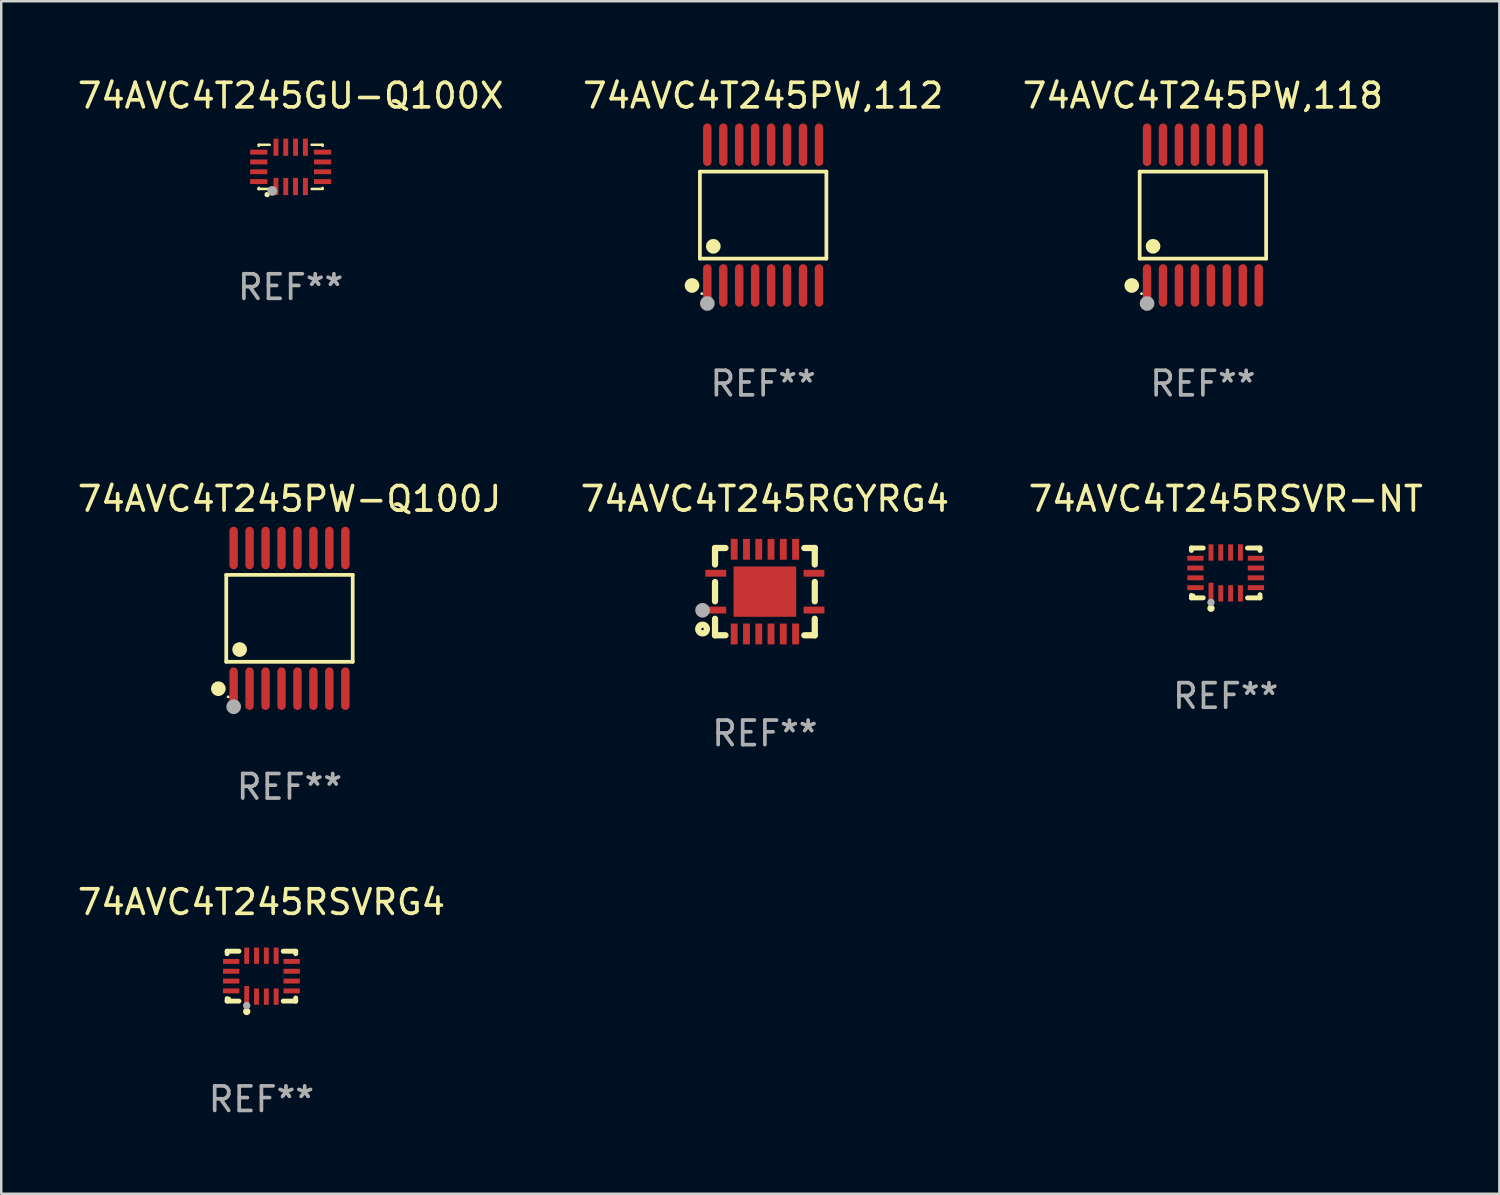
<source format=kicad_pcb>
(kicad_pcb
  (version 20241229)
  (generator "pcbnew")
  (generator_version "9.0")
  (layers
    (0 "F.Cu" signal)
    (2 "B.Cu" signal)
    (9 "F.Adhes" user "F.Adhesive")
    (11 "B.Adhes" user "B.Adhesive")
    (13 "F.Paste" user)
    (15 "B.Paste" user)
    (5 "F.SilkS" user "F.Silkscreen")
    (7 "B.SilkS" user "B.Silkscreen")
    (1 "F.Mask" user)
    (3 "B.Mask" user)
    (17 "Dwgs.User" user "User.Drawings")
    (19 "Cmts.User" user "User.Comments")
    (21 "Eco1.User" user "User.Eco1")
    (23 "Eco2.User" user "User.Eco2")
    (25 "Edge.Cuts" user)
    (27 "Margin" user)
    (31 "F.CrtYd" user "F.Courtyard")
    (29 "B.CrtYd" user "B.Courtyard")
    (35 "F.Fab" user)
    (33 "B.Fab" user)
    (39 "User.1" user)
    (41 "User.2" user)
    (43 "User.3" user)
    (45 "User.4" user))
  (footprint "74AVC4T245PW,112"
    (layer "F.Cu")
    (at 28.042 5.714)
    (property "Reference" "74AVC4T245PW,112" (at 0 -4.866 0) (layer "F.SilkS") (effects (font (size 1 1) (thickness 0.15))))
    (attr through_hole)
    (fp_line (start -2.576 -1.772) (end 2.576 -1.772) (stroke (width 0.152) (type solid)) (layer "F.SilkS"))
    (fp_line (start -2.576 1.771) (end -2.576 -1.772) (stroke (width 0.152) (type solid)) (layer "F.SilkS"))
    (fp_line (start 2.576 -1.772) (end 2.576 1.771) (stroke (width 0.152) (type solid)) (layer "F.SilkS"))
    (fp_line (start 2.576 1.771) (end -2.576 1.771) (stroke (width 0.152) (type solid)) (layer "F.SilkS"))
    (fp_circle (center -2.899 2.866) (end -2.749 2.866) (stroke (width 0.3) (type solid)) (fill no) (layer "F.SilkS"))
    (fp_circle (center -2.5 3.2) (end -2.47 3.2) (stroke (width 0.06) (type solid)) (fill no) (layer "F.SilkS"))
    (fp_circle (center -2.032 1.27) (end -1.882 1.27) (stroke (width 0.3) (type solid)) (fill no) (layer "F.SilkS"))
    (fp_circle (center -2.275 3.6) (end -2.125 3.6) (stroke (width 0.3) (type solid)) (fill no) (layer "F.Fab"))
    (fp_text user "REF**" (at 0 6.866 0) (layer "F.Fab") (effects (font (size 1 1) (thickness 0.15))))
    (pad "1" smd oval (at -2.275 2.866) (size 0.343 1.731) (layers "F.Cu" "F.Mask" "F.Paste"))
    (pad "2" smd oval (at -1.625 2.866) (size 0.343 1.731) (layers "F.Cu" "F.Mask" "F.Paste"))
    (pad "3" smd oval (at -0.975 2.866) (size 0.343 1.731) (layers "F.Cu" "F.Mask" "F.Paste"))
    (pad "4" smd oval (at -0.325 2.866) (size 0.343 1.731) (layers "F.Cu" "F.Mask" "F.Paste"))
    (pad "5" smd oval (at 0.325 2.866) (size 0.343 1.731) (layers "F.Cu" "F.Mask" "F.Paste"))
    (pad "6" smd oval (at 0.975 2.866) (size 0.343 1.731) (layers "F.Cu" "F.Mask" "F.Paste"))
    (pad "7" smd oval (at 1.625 2.866) (size 0.343 1.731) (layers "F.Cu" "F.Mask" "F.Paste"))
    (pad "8" smd oval (at 2.275 2.866) (size 0.343 1.731) (layers "F.Cu" "F.Mask" "F.Paste"))
    (pad "9" smd oval (at 2.275 -2.866) (size 0.343 1.731) (layers "F.Cu" "F.Mask" "F.Paste"))
    (pad "10" smd oval (at 1.625 -2.866) (size 0.343 1.731) (layers "F.Cu" "F.Mask" "F.Paste"))
    (pad "11" smd oval (at 0.975 -2.866) (size 0.343 1.731) (layers "F.Cu" "F.Mask" "F.Paste"))
    (pad "12" smd oval (at 0.325 -2.866) (size 0.343 1.731) (layers "F.Cu" "F.Mask" "F.Paste"))
    (pad "13" smd oval (at -0.325 -2.866) (size 0.343 1.731) (layers "F.Cu" "F.Mask" "F.Paste"))
    (pad "14" smd oval (at -0.975 -2.866) (size 0.343 1.731) (layers "F.Cu" "F.Mask" "F.Paste"))
    (pad "15" smd oval (at -1.625 -2.866) (size 0.343 1.731) (layers "F.Cu" "F.Mask" "F.Paste"))
    (pad "16" smd oval (at -2.275 -2.866) (size 0.343 1.731) (layers "F.Cu" "F.Mask" "F.Paste")))
  (footprint "74AVC4T245RSVRG4"
    (layer "F.Cu")
    (at 7.601 36.72)
    (property "Reference" "74AVC4T245RSVRG4" (at 0 -3.016 0) (layer "F.SilkS") (effects (font (size 1 1) (thickness 0.15))))
    (attr through_hole)
    (fp_line (start -1.397 -1.016) (end -1.397 -0.916) (stroke (width 0.2) (type solid)) (layer "F.SilkS"))
    (fp_line (start -1.397 0.916) (end -1.397 1.016) (stroke (width 0.2) (type solid)) (layer "F.SilkS"))
    (fp_line (start -1.397 1.016) (end -0.916 1.016) (stroke (width 0.2) (type solid)) (layer "F.SilkS"))
    (fp_line (start -0.916 -1.016) (end -1.397 -1.016) (stroke (width 0.2) (type solid)) (layer "F.SilkS"))
    (fp_line (start 0.889 -1.016) (end 1.397 -1.016) (stroke (width 0.2) (type solid)) (layer "F.SilkS"))
    (fp_line (start 1.397 -1.016) (end 1.397 -0.916) (stroke (width 0.2) (type solid)) (layer "F.SilkS"))
    (fp_line (start 1.397 0.889) (end 1.397 1.016) (stroke (width 0.2) (type solid)) (layer "F.SilkS"))
    (fp_line (start 1.397 1.016) (end 0.889 1.016) (stroke (width 0.2) (type solid)) (layer "F.SilkS"))
    (fp_circle (center -1.3 0.9) (end -1.27 0.9) (stroke (width 0.06) (type solid)) (fill no) (layer "F.SilkS"))
    (fp_circle (center -0.6 1.44) (end -0.525 1.44) (stroke (width 0.15) (type solid)) (fill no) (layer "F.SilkS"))
    (fp_circle (center -0.6 1.2) (end -0.525 1.2) (stroke (width 0.15) (type solid)) (fill no) (layer "F.Fab"))
    (fp_text user "REF**" (at 0 5.016 0) (layer "F.Fab") (effects (font (size 1 1) (thickness 0.15))))
    (pad "1" smd rect (at -0.6 0.782) (size 0.2 0.765) (layers "F.Cu" "F.Mask" "F.Paste"))
    (pad "2" smd rect (at -0.2 0.833) (size 0.2 0.665) (layers "F.Cu" "F.Mask" "F.Paste"))
    (pad "3" smd rect (at 0.2 0.833) (size 0.2 0.665) (layers "F.Cu" "F.Mask" "F.Paste"))
    (pad "4" smd rect (at 0.6 0.833) (size 0.2 0.665) (layers "F.Cu" "F.Mask" "F.Paste"))
    (pad "5" smd rect (at 1.232 0.6) (size 0.665 0.2) (layers "F.Cu" "F.Mask" "F.Paste"))
    (pad "6" smd rect (at 1.232 0.2) (size 0.665 0.2) (layers "F.Cu" "F.Mask" "F.Paste"))
    (pad "7" smd rect (at 1.232 -0.2) (size 0.665 0.2) (layers "F.Cu" "F.Mask" "F.Paste"))
    (pad "8" smd rect (at 1.232 -0.6) (size 0.665 0.2) (layers "F.Cu" "F.Mask" "F.Paste"))
    (pad "9" smd rect (at 0.6 -0.833) (size 0.2 0.665) (layers "F.Cu" "F.Mask" "F.Paste"))
    (pad "10" smd rect (at 0.2 -0.833) (size 0.2 0.665) (layers "F.Cu" "F.Mask" "F.Paste"))
    (pad "11" smd rect (at -0.2 -0.833) (size 0.2 0.665) (layers "F.Cu" "F.Mask" "F.Paste"))
    (pad "12" smd rect (at -0.6 -0.833) (size 0.2 0.665) (layers "F.Cu" "F.Mask" "F.Paste"))
    (pad "13" smd rect (at -1.232 -0.6) (size 0.665 0.2) (layers "F.Cu" "F.Mask" "F.Paste"))
    (pad "14" smd rect (at -1.232 -0.2) (size 0.665 0.2) (layers "F.Cu" "F.Mask" "F.Paste"))
    (pad "15" smd rect (at -1.232 0.2) (size 0.665 0.2) (layers "F.Cu" "F.Mask" "F.Paste"))
    (pad "16" smd rect (at -1.232 0.6) (size 0.665 0.2) (layers "F.Cu" "F.Mask" "F.Paste")))
  (footprint "74AVC4T245RGYRG4"
    (layer "F.Cu")
    (at 28.113 21.054)
    (property "Reference" "74AVC4T245RGYRG4" (at 0 -3.778 0) (layer "F.SilkS") (effects (font (size 1 1) (thickness 0.15))))
    (attr through_hole)
    (fp_line (start -2.032 -1.778) (end -2.032 -1.106) (stroke (width 0.254) (type solid)) (layer "F.SilkS"))
    (fp_line (start -2.032 -0.394) (end -2.032 0.394) (stroke (width 0.254) (type solid)) (layer "F.SilkS"))
    (fp_line (start -2.032 1.106) (end -2.032 1.778) (stroke (width 0.254) (type solid)) (layer "F.SilkS"))
    (fp_line (start -2.032 1.778) (end -1.606 1.778) (stroke (width 0.254) (type solid)) (layer "F.SilkS"))
    (fp_line (start -1.606 -1.778) (end -2.032 -1.778) (stroke (width 0.254) (type solid)) (layer "F.SilkS"))
    (fp_line (start 1.606 1.778) (end 2.032 1.778) (stroke (width 0.254) (type solid)) (layer "F.SilkS"))
    (fp_line (start 2.032 -1.778) (end 1.606 -1.778) (stroke (width 0.254) (type solid)) (layer "F.SilkS"))
    (fp_line (start 2.032 -1.106) (end 2.032 -1.778) (stroke (width 0.254) (type solid)) (layer "F.SilkS"))
    (fp_line (start 2.032 0.394) (end 2.032 -0.394) (stroke (width 0.254) (type solid)) (layer "F.SilkS"))
    (fp_line (start 2.032 1.778) (end 2.032 1.106) (stroke (width 0.254) (type solid)) (layer "F.SilkS"))
    (fp_circle (center -2.54 1.524) (end -2.363 1.524) (stroke (width 0.254) (type solid)) (fill no) (layer "F.SilkS"))
    (fp_circle (center -2.002 1.752) (end -1.952 1.752) (stroke (width 0.1) (type solid)) (fill no) (layer "F.SilkS"))
    (fp_circle (center -2.54 0.759) (end -2.39 0.759) (stroke (width 0.3) (type solid)) (fill no) (layer "F.Fab"))
    (fp_text user "REF**" (at 0 5.778 0) (layer "F.Fab") (effects (font (size 1 1) (thickness 0.15))))
    (pad "1" smd rect (at -2 0.75 90) (size 0.28 0.85) (layers "F.Cu" "F.Mask" "F.Paste"))
    (pad "2" smd rect (at -1.25 1.725 180) (size 0.28 0.85) (layers "F.Cu" "F.Mask" "F.Paste"))
    (pad "3" smd rect (at -0.75 1.725 180) (size 0.28 0.85) (layers "F.Cu" "F.Mask" "F.Paste"))
    (pad "4" smd rect (at -0.25 1.725 180) (size 0.28 0.85) (layers "F.Cu" "F.Mask" "F.Paste"))
    (pad "5" smd rect (at 0.25 1.725 180) (size 0.28 0.85) (layers "F.Cu" "F.Mask" "F.Paste"))
    (pad "6" smd rect (at 0.75 1.725 180) (size 0.28 0.85) (layers "F.Cu" "F.Mask" "F.Paste"))
    (pad "7" smd rect (at 1.25 1.725 180) (size 0.28 0.85) (layers "F.Cu" "F.Mask" "F.Paste"))
    (pad "8" smd rect (at 2 0.75 270) (size 0.28 0.85) (layers "F.Cu" "F.Mask" "F.Paste"))
    (pad "9" smd rect (at 2 -0.75 270) (size 0.28 0.85) (layers "F.Cu" "F.Mask" "F.Paste"))
    (pad "10" smd rect (at 1.25 -1.725) (size 0.28 0.85) (layers "F.Cu" "F.Mask" "F.Paste"))
    (pad "11" smd rect (at 0.75 -1.725) (size 0.28 0.85) (layers "F.Cu" "F.Mask" "F.Paste"))
    (pad "12" smd rect (at 0.25 -1.725) (size 0.28 0.85) (layers "F.Cu" "F.Mask" "F.Paste"))
    (pad "13" smd rect (at -0.25 -1.725) (size 0.28 0.85) (layers "F.Cu" "F.Mask" "F.Paste"))
    (pad "14" smd rect (at -0.75 -1.725) (size 0.28 0.85) (layers "F.Cu" "F.Mask" "F.Paste"))
    (pad "15" smd rect (at -1.25 -1.725) (size 0.28 0.85) (layers "F.Cu" "F.Mask" "F.Paste"))
    (pad "16" smd rect (at -2 -0.75 90) (size 0.28 0.85) (layers "F.Cu" "F.Mask" "F.Paste"))
    (pad "17" smd rect (at 0.000051 0 270) (size 2.05 2.55) (layers "F.Cu" "F.Mask" "F.Paste")))
  (footprint "74AVC4T245PW-Q100J"
    (layer "F.Cu")
    (at 8.744 22.142)
    (property "Reference" "74AVC4T245PW-Q100J" (at 0 -4.866 0) (layer "F.SilkS") (effects (font (size 1 1) (thickness 0.15))))
    (attr through_hole)
    (fp_line (start -2.576 -1.772) (end 2.576 -1.772) (stroke (width 0.152) (type solid)) (layer "F.SilkS"))
    (fp_line (start -2.576 1.771) (end -2.576 -1.772) (stroke (width 0.152) (type solid)) (layer "F.SilkS"))
    (fp_line (start 2.576 -1.772) (end 2.576 1.771) (stroke (width 0.152) (type solid)) (layer "F.SilkS"))
    (fp_line (start 2.576 1.771) (end -2.576 1.771) (stroke (width 0.152) (type solid)) (layer "F.SilkS"))
    (fp_circle (center -2.899 2.866) (end -2.749 2.866) (stroke (width 0.3) (type solid)) (fill no) (layer "F.SilkS"))
    (fp_circle (center -2.5 3.2) (end -2.47 3.2) (stroke (width 0.06) (type solid)) (fill no) (layer "F.SilkS"))
    (fp_circle (center -2.032 1.27) (end -1.882 1.27) (stroke (width 0.3) (type solid)) (fill no) (layer "F.SilkS"))
    (fp_circle (center -2.275 3.6) (end -2.125 3.6) (stroke (width 0.3) (type solid)) (fill no) (layer "F.Fab"))
    (fp_text user "REF**" (at 0 6.866 0) (layer "F.Fab") (effects (font (size 1 1) (thickness 0.15))))
    (pad "1" smd oval (at -2.275 2.866) (size 0.343 1.731) (layers "F.Cu" "F.Mask" "F.Paste"))
    (pad "2" smd oval (at -1.625 2.866) (size 0.343 1.731) (layers "F.Cu" "F.Mask" "F.Paste"))
    (pad "3" smd oval (at -0.975 2.866) (size 0.343 1.731) (layers "F.Cu" "F.Mask" "F.Paste"))
    (pad "4" smd oval (at -0.325 2.866) (size 0.343 1.731) (layers "F.Cu" "F.Mask" "F.Paste"))
    (pad "5" smd oval (at 0.325 2.866) (size 0.343 1.731) (layers "F.Cu" "F.Mask" "F.Paste"))
    (pad "6" smd oval (at 0.975 2.866) (size 0.343 1.731) (layers "F.Cu" "F.Mask" "F.Paste"))
    (pad "7" smd oval (at 1.625 2.866) (size 0.343 1.731) (layers "F.Cu" "F.Mask" "F.Paste"))
    (pad "8" smd oval (at 2.275 2.866) (size 0.343 1.731) (layers "F.Cu" "F.Mask" "F.Paste"))
    (pad "9" smd oval (at 2.275 -2.866) (size 0.343 1.731) (layers "F.Cu" "F.Mask" "F.Paste"))
    (pad "10" smd oval (at 1.625 -2.866) (size 0.343 1.731) (layers "F.Cu" "F.Mask" "F.Paste"))
    (pad "11" smd oval (at 0.975 -2.866) (size 0.343 1.731) (layers "F.Cu" "F.Mask" "F.Paste"))
    (pad "12" smd oval (at 0.325 -2.866) (size 0.343 1.731) (layers "F.Cu" "F.Mask" "F.Paste"))
    (pad "13" smd oval (at -0.325 -2.866) (size 0.343 1.731) (layers "F.Cu" "F.Mask" "F.Paste"))
    (pad "14" smd oval (at -0.975 -2.866) (size 0.343 1.731) (layers "F.Cu" "F.Mask" "F.Paste"))
    (pad "15" smd oval (at -1.625 -2.866) (size 0.343 1.731) (layers "F.Cu" "F.Mask" "F.Paste"))
    (pad "16" smd oval (at -2.275 -2.866) (size 0.343 1.731) (layers "F.Cu" "F.Mask" "F.Paste")))
  (footprint "74AVC4T245PW,118"
    (layer "F.Cu")
    (at 45.958 5.714)
    (property "Reference" "74AVC4T245PW,118" (at 0 -4.866 0) (layer "F.SilkS") (effects (font (size 1 1) (thickness 0.15))))
    (attr through_hole)
    (fp_line (start -2.576 -1.772) (end 2.576 -1.772) (stroke (width 0.152) (type solid)) (layer "F.SilkS"))
    (fp_line (start -2.576 1.771) (end -2.576 -1.772) (stroke (width 0.152) (type solid)) (layer "F.SilkS"))
    (fp_line (start 2.576 -1.772) (end 2.576 1.771) (stroke (width 0.152) (type solid)) (layer "F.SilkS"))
    (fp_line (start 2.576 1.771) (end -2.576 1.771) (stroke (width 0.152) (type solid)) (layer "F.SilkS"))
    (fp_circle (center -2.899 2.866) (end -2.749 2.866) (stroke (width 0.3) (type solid)) (fill no) (layer "F.SilkS"))
    (fp_circle (center -2.5 3.2) (end -2.47 3.2) (stroke (width 0.06) (type solid)) (fill no) (layer "F.SilkS"))
    (fp_circle (center -2.032 1.27) (end -1.882 1.27) (stroke (width 0.3) (type solid)) (fill no) (layer "F.SilkS"))
    (fp_circle (center -2.275 3.6) (end -2.125 3.6) (stroke (width 0.3) (type solid)) (fill no) (layer "F.Fab"))
    (fp_text user "REF**" (at 0 6.866 0) (layer "F.Fab") (effects (font (size 1 1) (thickness 0.15))))
    (pad "1" smd oval (at -2.275 2.866) (size 0.343 1.731) (layers "F.Cu" "F.Mask" "F.Paste"))
    (pad "2" smd oval (at -1.625 2.866) (size 0.343 1.731) (layers "F.Cu" "F.Mask" "F.Paste"))
    (pad "3" smd oval (at -0.975 2.866) (size 0.343 1.731) (layers "F.Cu" "F.Mask" "F.Paste"))
    (pad "4" smd oval (at -0.325 2.866) (size 0.343 1.731) (layers "F.Cu" "F.Mask" "F.Paste"))
    (pad "5" smd oval (at 0.325 2.866) (size 0.343 1.731) (layers "F.Cu" "F.Mask" "F.Paste"))
    (pad "6" smd oval (at 0.975 2.866) (size 0.343 1.731) (layers "F.Cu" "F.Mask" "F.Paste"))
    (pad "7" smd oval (at 1.625 2.866) (size 0.343 1.731) (layers "F.Cu" "F.Mask" "F.Paste"))
    (pad "8" smd oval (at 2.275 2.866) (size 0.343 1.731) (layers "F.Cu" "F.Mask" "F.Paste"))
    (pad "9" smd oval (at 2.275 -2.866) (size 0.343 1.731) (layers "F.Cu" "F.Mask" "F.Paste"))
    (pad "10" smd oval (at 1.625 -2.866) (size 0.343 1.731) (layers "F.Cu" "F.Mask" "F.Paste"))
    (pad "11" smd oval (at 0.975 -2.866) (size 0.343 1.731) (layers "F.Cu" "F.Mask" "F.Paste"))
    (pad "12" smd oval (at 0.325 -2.866) (size 0.343 1.731) (layers "F.Cu" "F.Mask" "F.Paste"))
    (pad "13" smd oval (at -0.325 -2.866) (size 0.343 1.731) (layers "F.Cu" "F.Mask" "F.Paste"))
    (pad "14" smd oval (at -0.975 -2.866) (size 0.343 1.731) (layers "F.Cu" "F.Mask" "F.Paste"))
    (pad "15" smd oval (at -1.625 -2.866) (size 0.343 1.731) (layers "F.Cu" "F.Mask" "F.Paste"))
    (pad "16" smd oval (at -2.275 -2.866) (size 0.343 1.731) (layers "F.Cu" "F.Mask" "F.Paste")))
  (footprint "74AVC4T245GU-Q100X"
    (layer "F.Cu")
    (at 8.792 3.748)
    (property "Reference" "74AVC4T245GU-Q100X" (at 0 -2.9 0) (layer "F.SilkS") (effects (font (size 1 1) (thickness 0.15))))
    (attr through_hole)
    (fp_line (start -1.3 -0.9) (end -0.855 -0.9) (stroke (width 0.102) (type solid)) (layer "F.SilkS"))
    (fp_line (start -1.3 -0.855) (end -1.3 -0.9) (stroke (width 0.102) (type solid)) (layer "F.SilkS"))
    (fp_line (start -1.3 0.9) (end -1.3 0.854) (stroke (width 0.102) (type solid)) (layer "F.SilkS"))
    (fp_line (start -1.3 0.9) (end -0.855 0.9) (stroke (width 0.102) (type solid)) (layer "F.SilkS"))
    (fp_line (start 0.855 -0.9) (end 1.3 -0.9) (stroke (width 0.102) (type solid)) (layer "F.SilkS"))
    (fp_line (start 0.856 0.9) (end 1.3 0.9) (stroke (width 0.102) (type solid)) (layer "F.SilkS"))
    (fp_line (start 1.3 -0.9) (end 1.3 -0.855) (stroke (width 0.102) (type solid)) (layer "F.SilkS"))
    (fp_line (start 1.3 0.855) (end 1.3 0.9) (stroke (width 0.102) (type solid)) (layer "F.SilkS"))
    (fp_circle (center -1.3 0.9) (end -1.27 0.9) (stroke (width 0.06) (type solid)) (fill no) (layer "F.SilkS"))
    (fp_circle (center -0.96 1.13) (end -0.903 1.13) (stroke (width 0.102) (type solid)) (fill no) (layer "F.SilkS"))
    (fp_circle (center -0.75 0.98) (end -0.65 0.98) (stroke (width 0.2) (type solid)) (fill no) (layer "F.Fab"))
    (fp_text user "REF**" (at 0 4.9 0) (layer "F.Fab") (effects (font (size 1 1) (thickness 0.15))))
    (pad "1" smd rect (at -0.601 0.8 90) (size 0.701 0.2) (layers "F.Cu" "F.Mask" "F.Paste"))
    (pad "2" smd rect (at -0.2 0.8 90) (size 0.701 0.2) (layers "F.Cu" "F.Mask" "F.Paste"))
    (pad "3" smd rect (at 0.199 0.8 90) (size 0.701 0.2) (layers "F.Cu" "F.Mask" "F.Paste"))
    (pad "4" smd rect (at 0.601 0.8 90) (size 0.701 0.2) (layers "F.Cu" "F.Mask" "F.Paste"))
    (pad "5" smd rect (at 1.3 0.6 180) (size 0.701 0.2) (layers "F.Cu" "F.Mask" "F.Paste"))
    (pad "6" smd rect (at 1.3 0.2 180) (size 0.701 0.2) (layers "F.Cu" "F.Mask" "F.Paste"))
    (pad "7" smd rect (at 1.3 -0.2) (size 0.701 0.2) (layers "F.Cu" "F.Mask" "F.Paste"))
    (pad "8" smd rect (at 1.3 -0.6) (size 0.701 0.2) (layers "F.Cu" "F.Mask" "F.Paste"))
    (pad "9" smd rect (at 0.6 -0.8 90) (size 0.701 0.2) (layers "F.Cu" "F.Mask" "F.Paste"))
    (pad "10" smd rect (at 0.2 -0.8 90) (size 0.701 0.2) (layers "F.Cu" "F.Mask" "F.Paste"))
    (pad "11" smd rect (at -0.2 -0.8 90) (size 0.701 0.2) (layers "F.Cu" "F.Mask" "F.Paste"))
    (pad "12" smd rect (at -0.6 -0.8 90) (size 0.701 0.2) (layers "F.Cu" "F.Mask" "F.Paste"))
    (pad "13" smd rect (at -1.3 -0.6 180) (size 0.701 0.2) (layers "F.Cu" "F.Mask" "F.Paste"))
    (pad "14" smd rect (at -1.3 -0.2 180) (size 0.701 0.2) (layers "F.Cu" "F.Mask" "F.Paste"))
    (pad "15" smd rect (at -1.3 0.2) (size 0.701 0.2) (layers "F.Cu" "F.Mask" "F.Paste"))
    (pad "16" smd rect (at -1.3 0.6) (size 0.701 0.2) (layers "F.Cu" "F.Mask" "F.Paste")))
  (footprint "74AVC4T245RSVR-NT"
    (layer "F.Cu")
    (at 46.887 20.292)
    (property "Reference" "74AVC4T245RSVR-NT" (at 0 -3.016 0) (layer "F.SilkS") (effects (font (size 1 1) (thickness 0.15))))
    (attr through_hole)
    (fp_line (start -1.397 -1.016) (end -1.397 -0.916) (stroke (width 0.2) (type solid)) (layer "F.SilkS"))
    (fp_line (start -1.397 0.916) (end -1.397 1.016) (stroke (width 0.2) (type solid)) (layer "F.SilkS"))
    (fp_line (start -1.397 1.016) (end -0.916 1.016) (stroke (width 0.2) (type solid)) (layer "F.SilkS"))
    (fp_line (start -0.916 -1.016) (end -1.397 -1.016) (stroke (width 0.2) (type solid)) (layer "F.SilkS"))
    (fp_line (start 0.889 -1.016) (end 1.397 -1.016) (stroke (width 0.2) (type solid)) (layer "F.SilkS"))
    (fp_line (start 1.397 -1.016) (end 1.397 -0.916) (stroke (width 0.2) (type solid)) (layer "F.SilkS"))
    (fp_line (start 1.397 0.889) (end 1.397 1.016) (stroke (width 0.2) (type solid)) (layer "F.SilkS"))
    (fp_line (start 1.397 1.016) (end 0.889 1.016) (stroke (width 0.2) (type solid)) (layer "F.SilkS"))
    (fp_circle (center -1.3 0.9) (end -1.27 0.9) (stroke (width 0.06) (type solid)) (fill no) (layer "F.SilkS"))
    (fp_circle (center -0.6 1.44) (end -0.525 1.44) (stroke (width 0.15) (type solid)) (fill no) (layer "F.SilkS"))
    (fp_circle (center -0.6 1.2) (end -0.525 1.2) (stroke (width 0.15) (type solid)) (fill no) (layer "F.Fab"))
    (fp_text user "REF**" (at 0 5.016 0) (layer "F.Fab") (effects (font (size 1 1) (thickness 0.15))))
    (pad "1" smd rect (at -0.6 0.782) (size 0.2 0.765) (layers "F.Cu" "F.Mask" "F.Paste"))
    (pad "2" smd rect (at -0.2 0.833) (size 0.2 0.665) (layers "F.Cu" "F.Mask" "F.Paste"))
    (pad "3" smd rect (at 0.2 0.833) (size 0.2 0.665) (layers "F.Cu" "F.Mask" "F.Paste"))
    (pad "4" smd rect (at 0.6 0.833) (size 0.2 0.665) (layers "F.Cu" "F.Mask" "F.Paste"))
    (pad "5" smd rect (at 1.232 0.6) (size 0.665 0.2) (layers "F.Cu" "F.Mask" "F.Paste"))
    (pad "6" smd rect (at 1.232 0.2) (size 0.665 0.2) (layers "F.Cu" "F.Mask" "F.Paste"))
    (pad "7" smd rect (at 1.232 -0.2) (size 0.665 0.2) (layers "F.Cu" "F.Mask" "F.Paste"))
    (pad "8" smd rect (at 1.232 -0.6) (size 0.665 0.2) (layers "F.Cu" "F.Mask" "F.Paste"))
    (pad "9" smd rect (at 0.6 -0.833) (size 0.2 0.665) (layers "F.Cu" "F.Mask" "F.Paste"))
    (pad "10" smd rect (at 0.2 -0.833) (size 0.2 0.665) (layers "F.Cu" "F.Mask" "F.Paste"))
    (pad "11" smd rect (at -0.2 -0.833) (size 0.2 0.665) (layers "F.Cu" "F.Mask" "F.Paste"))
    (pad "12" smd rect (at -0.6 -0.833) (size 0.2 0.665) (layers "F.Cu" "F.Mask" "F.Paste"))
    (pad "13" smd rect (at -1.232 -0.6) (size 0.665 0.2) (layers "F.Cu" "F.Mask" "F.Paste"))
    (pad "14" smd rect (at -1.232 -0.2) (size 0.665 0.2) (layers "F.Cu" "F.Mask" "F.Paste"))
    (pad "15" smd rect (at -1.232 0.2) (size 0.665 0.2) (layers "F.Cu" "F.Mask" "F.Paste"))
    (pad "16" smd rect (at -1.232 0.6) (size 0.665 0.2) (layers "F.Cu" "F.Mask" "F.Paste")))
  (gr_rect
    (start -3 -3)
    (end 58.036 45.585)
    (stroke (width 0.1) (type default))
    (fill no)
    (layer "Edge.Cuts")))
</source>
